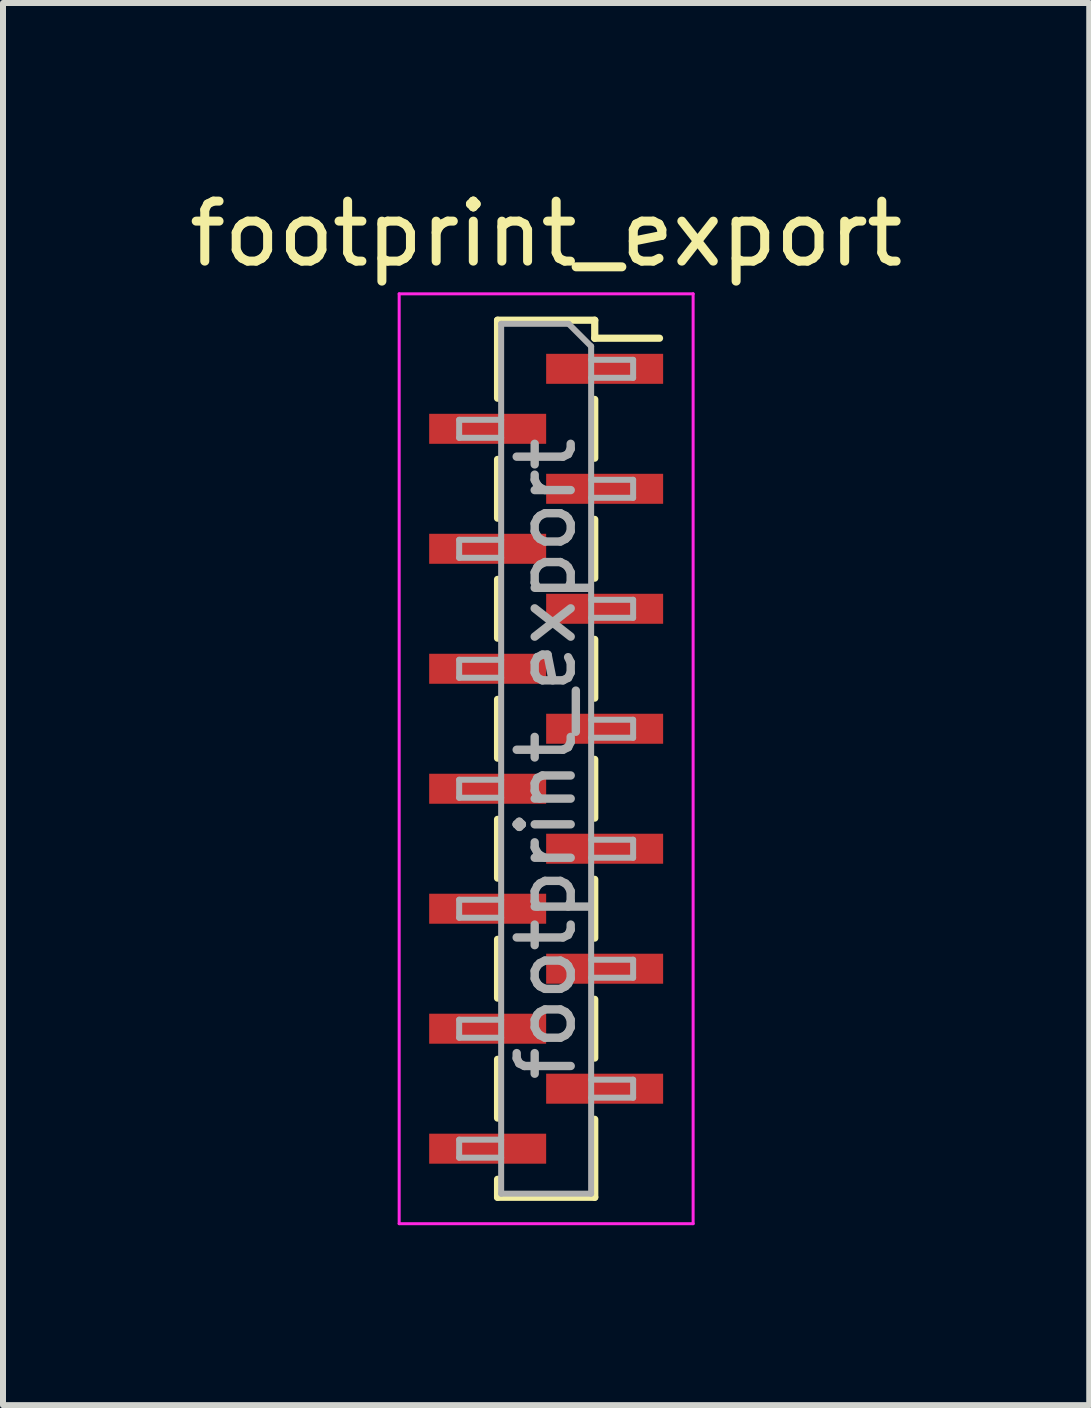
<source format=kicad_pcb>
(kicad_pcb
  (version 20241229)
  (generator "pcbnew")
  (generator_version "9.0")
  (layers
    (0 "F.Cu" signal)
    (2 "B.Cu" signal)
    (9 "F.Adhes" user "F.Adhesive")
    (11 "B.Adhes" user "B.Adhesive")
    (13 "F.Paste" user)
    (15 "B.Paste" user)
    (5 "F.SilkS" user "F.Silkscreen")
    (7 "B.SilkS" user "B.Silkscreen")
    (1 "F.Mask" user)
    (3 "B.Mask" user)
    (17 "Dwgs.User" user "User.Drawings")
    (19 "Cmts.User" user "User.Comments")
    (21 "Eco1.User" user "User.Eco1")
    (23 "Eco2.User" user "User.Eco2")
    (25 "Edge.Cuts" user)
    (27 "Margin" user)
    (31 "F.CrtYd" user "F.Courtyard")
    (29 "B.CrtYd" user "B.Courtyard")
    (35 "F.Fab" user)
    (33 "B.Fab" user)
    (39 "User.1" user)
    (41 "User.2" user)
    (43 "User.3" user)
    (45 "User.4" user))
  (footprint "footprint_export"
    (layer "F.Cu")
    (at 6.054 9.598)
    (property "Reference" "footprint_export" (at 0 -8.75 0) (layer "F.SilkS") (effects (font (size 1 1) (thickness 0.15))))
    (attr smd)
    (fp_line (start -0.81 -7.31) (end -0.81 -6.01) (stroke (width 0.12) (type solid)) (layer "F.SilkS"))
    (fp_line (start -0.81 -7.31) (end 0.81 -7.31) (stroke (width 0.12) (type solid)) (layer "F.SilkS"))
    (fp_line (start -0.81 -4.99) (end -0.81 -4.01) (stroke (width 0.12) (type solid)) (layer "F.SilkS"))
    (fp_line (start -0.81 -2.99) (end -0.81 -2.01) (stroke (width 0.12) (type solid)) (layer "F.SilkS"))
    (fp_line (start -0.81 -0.99) (end -0.81 -0.01) (stroke (width 0.12) (type solid)) (layer "F.SilkS"))
    (fp_line (start -0.81 1.01) (end -0.81 1.99) (stroke (width 0.12) (type solid)) (layer "F.SilkS"))
    (fp_line (start -0.81 3.01) (end -0.81 3.99) (stroke (width 0.12) (type solid)) (layer "F.SilkS"))
    (fp_line (start -0.81 5.01) (end -0.81 5.99) (stroke (width 0.12) (type solid)) (layer "F.SilkS"))
    (fp_line (start -0.81 7.01) (end -0.81 7.31) (stroke (width 0.12) (type solid)) (layer "F.SilkS"))
    (fp_line (start -0.81 7.31) (end 0.81 7.31) (stroke (width 0.12) (type solid)) (layer "F.SilkS"))
    (fp_line (start 0.81 -7.31) (end 0.81 -7.01) (stroke (width 0.12) (type solid)) (layer "F.SilkS"))
    (fp_line (start 0.81 -7.01) (end 1.89 -7.01) (stroke (width 0.12) (type solid)) (layer "F.SilkS"))
    (fp_line (start 0.81 -5.99) (end 0.81 -5.01) (stroke (width 0.12) (type solid)) (layer "F.SilkS"))
    (fp_line (start 0.81 -3.99) (end 0.81 -3.01) (stroke (width 0.12) (type solid)) (layer "F.SilkS"))
    (fp_line (start 0.81 -1.99) (end 0.81 -1.01) (stroke (width 0.12) (type solid)) (layer "F.SilkS"))
    (fp_line (start 0.81 0.01) (end 0.81 0.99) (stroke (width 0.12) (type solid)) (layer "F.SilkS"))
    (fp_line (start 0.81 2.01) (end 0.81 2.99) (stroke (width 0.12) (type solid)) (layer "F.SilkS"))
    (fp_line (start 0.81 4.01) (end 0.81 4.99) (stroke (width 0.12) (type solid)) (layer "F.SilkS"))
    (fp_line (start 0.81 6.01) (end 0.81 7.31) (stroke (width 0.12) (type solid)) (layer "F.SilkS"))
    (fp_line (start -2.45 -7.75) (end 2.45 -7.75) (stroke (width 0.05) (type solid)) (layer "F.CrtYd"))
    (fp_line (start -2.45 7.75) (end -2.45 -7.75) (stroke (width 0.05) (type solid)) (layer "F.CrtYd"))
    (fp_line (start 2.45 -7.75) (end 2.45 7.75) (stroke (width 0.05) (type solid)) (layer "F.CrtYd"))
    (fp_line (start 2.45 7.75) (end -2.45 7.75) (stroke (width 0.05) (type solid)) (layer "F.CrtYd"))
    (fp_line (start -1.45 -5.65) (end -0.75 -5.65) (stroke (width 0.1) (type solid)) (layer "F.Fab"))
    (fp_line (start -1.45 -5.35) (end -1.45 -5.65) (stroke (width 0.1) (type solid)) (layer "F.Fab"))
    (fp_line (start -1.45 -3.65) (end -0.75 -3.65) (stroke (width 0.1) (type solid)) (layer "F.Fab"))
    (fp_line (start -1.45 -3.35) (end -1.45 -3.65) (stroke (width 0.1) (type solid)) (layer "F.Fab"))
    (fp_line (start -1.45 -1.65) (end -0.75 -1.65) (stroke (width 0.1) (type solid)) (layer "F.Fab"))
    (fp_line (start -1.45 -1.35) (end -1.45 -1.65) (stroke (width 0.1) (type solid)) (layer "F.Fab"))
    (fp_line (start -1.45 0.35) (end -0.75 0.35) (stroke (width 0.1) (type solid)) (layer "F.Fab"))
    (fp_line (start -1.45 0.65) (end -1.45 0.35) (stroke (width 0.1) (type solid)) (layer "F.Fab"))
    (fp_line (start -1.45 2.35) (end -0.75 2.35) (stroke (width 0.1) (type solid)) (layer "F.Fab"))
    (fp_line (start -1.45 2.65) (end -1.45 2.35) (stroke (width 0.1) (type solid)) (layer "F.Fab"))
    (fp_line (start -1.45 4.35) (end -0.75 4.35) (stroke (width 0.1) (type solid)) (layer "F.Fab"))
    (fp_line (start -1.45 4.65) (end -1.45 4.35) (stroke (width 0.1) (type solid)) (layer "F.Fab"))
    (fp_line (start -1.45 6.35) (end -0.75 6.35) (stroke (width 0.1) (type solid)) (layer "F.Fab"))
    (fp_line (start -1.45 6.65) (end -1.45 6.35) (stroke (width 0.1) (type solid)) (layer "F.Fab"))
    (fp_line (start -0.75 -7.25) (end 0.375 -7.25) (stroke (width 0.1) (type solid)) (layer "F.Fab"))
    (fp_line (start -0.75 -5.35) (end -1.45 -5.35) (stroke (width 0.1) (type solid)) (layer "F.Fab"))
    (fp_line (start -0.75 -3.35) (end -1.45 -3.35) (stroke (width 0.1) (type solid)) (layer "F.Fab"))
    (fp_line (start -0.75 -1.35) (end -1.45 -1.35) (stroke (width 0.1) (type solid)) (layer "F.Fab"))
    (fp_line (start -0.75 0.65) (end -1.45 0.65) (stroke (width 0.1) (type solid)) (layer "F.Fab"))
    (fp_line (start -0.75 2.65) (end -1.45 2.65) (stroke (width 0.1) (type solid)) (layer "F.Fab"))
    (fp_line (start -0.75 4.65) (end -1.45 4.65) (stroke (width 0.1) (type solid)) (layer "F.Fab"))
    (fp_line (start -0.75 6.65) (end -1.45 6.65) (stroke (width 0.1) (type solid)) (layer "F.Fab"))
    (fp_line (start -0.75 7.25) (end -0.75 -7.25) (stroke (width 0.1) (type solid)) (layer "F.Fab"))
    (fp_line (start 0.375 -7.25) (end 0.75 -6.875) (stroke (width 0.1) (type solid)) (layer "F.Fab"))
    (fp_line (start 0.75 -6.875) (end 0.75 7.25) (stroke (width 0.1) (type solid)) (layer "F.Fab"))
    (fp_line (start 0.75 -6.65) (end 1.45 -6.65) (stroke (width 0.1) (type solid)) (layer "F.Fab"))
    (fp_line (start 0.75 -4.65) (end 1.45 -4.65) (stroke (width 0.1) (type solid)) (layer "F.Fab"))
    (fp_line (start 0.75 -2.65) (end 1.45 -2.65) (stroke (width 0.1) (type solid)) (layer "F.Fab"))
    (fp_line (start 0.75 -0.65) (end 1.45 -0.65) (stroke (width 0.1) (type solid)) (layer "F.Fab"))
    (fp_line (start 0.75 1.35) (end 1.45 1.35) (stroke (width 0.1) (type solid)) (layer "F.Fab"))
    (fp_line (start 0.75 3.35) (end 1.45 3.35) (stroke (width 0.1) (type solid)) (layer "F.Fab"))
    (fp_line (start 0.75 5.35) (end 1.45 5.35) (stroke (width 0.1) (type solid)) (layer "F.Fab"))
    (fp_line (start 0.75 7.25) (end -0.75 7.25) (stroke (width 0.1) (type solid)) (layer "F.Fab"))
    (fp_line (start 1.45 -6.65) (end 1.45 -6.35) (stroke (width 0.1) (type solid)) (layer "F.Fab"))
    (fp_line (start 1.45 -6.35) (end 0.75 -6.35) (stroke (width 0.1) (type solid)) (layer "F.Fab"))
    (fp_line (start 1.45 -4.65) (end 1.45 -4.35) (stroke (width 0.1) (type solid)) (layer "F.Fab"))
    (fp_line (start 1.45 -4.35) (end 0.75 -4.35) (stroke (width 0.1) (type solid)) (layer "F.Fab"))
    (fp_line (start 1.45 -2.65) (end 1.45 -2.35) (stroke (width 0.1) (type solid)) (layer "F.Fab"))
    (fp_line (start 1.45 -2.35) (end 0.75 -2.35) (stroke (width 0.1) (type solid)) (layer "F.Fab"))
    (fp_line (start 1.45 -0.65) (end 1.45 -0.35) (stroke (width 0.1) (type solid)) (layer "F.Fab"))
    (fp_line (start 1.45 -0.35) (end 0.75 -0.35) (stroke (width 0.1) (type solid)) (layer "F.Fab"))
    (fp_line (start 1.45 1.35) (end 1.45 1.65) (stroke (width 0.1) (type solid)) (layer "F.Fab"))
    (fp_line (start 1.45 1.65) (end 0.75 1.65) (stroke (width 0.1) (type solid)) (layer "F.Fab"))
    (fp_line (start 1.45 3.35) (end 1.45 3.65) (stroke (width 0.1) (type solid)) (layer "F.Fab"))
    (fp_line (start 1.45 3.65) (end 0.75 3.65) (stroke (width 0.1) (type solid)) (layer "F.Fab"))
    (fp_line (start 1.45 5.35) (end 1.45 5.65) (stroke (width 0.1) (type solid)) (layer "F.Fab"))
    (fp_line (start 1.45 5.65) (end 0.75 5.65) (stroke (width 0.1) (type solid)) (layer "F.Fab"))
    (fp_text user "${REFERENCE}" (at 0 0 90) (layer "F.Fab") (effects (font (size 0.9 0.9) (thickness 0.14))))
    (pad "1" smd rect (at 0.975 -6.5) (size 1.95 0.5) (layers "F.Cu" "F.Mask" "F.Paste"))
    (pad "2" smd rect (at -0.975 -5.5) (size 1.95 0.5) (layers "F.Cu" "F.Mask" "F.Paste"))
    (pad "3" smd rect (at 0.975 -4.5) (size 1.95 0.5) (layers "F.Cu" "F.Mask" "F.Paste"))
    (pad "4" smd rect (at -0.975 -3.5) (size 1.95 0.5) (layers "F.Cu" "F.Mask" "F.Paste"))
    (pad "5" smd rect (at 0.975 -2.5) (size 1.95 0.5) (layers "F.Cu" "F.Mask" "F.Paste"))
    (pad "6" smd rect (at -0.975 -1.5) (size 1.95 0.5) (layers "F.Cu" "F.Mask" "F.Paste"))
    (pad "7" smd rect (at 0.975 -0.5) (size 1.95 0.5) (layers "F.Cu" "F.Mask" "F.Paste"))
    (pad "8" smd rect (at -0.975 0.5) (size 1.95 0.5) (layers "F.Cu" "F.Mask" "F.Paste"))
    (pad "9" smd rect (at 0.975 1.5) (size 1.95 0.5) (layers "F.Cu" "F.Mask" "F.Paste"))
    (pad "10" smd rect (at -0.975 2.5) (size 1.95 0.5) (layers "F.Cu" "F.Mask" "F.Paste"))
    (pad "11" smd rect (at 0.975 3.5) (size 1.95 0.5) (layers "F.Cu" "F.Mask" "F.Paste"))
    (pad "12" smd rect (at -0.975 4.5) (size 1.95 0.5) (layers "F.Cu" "F.Mask" "F.Paste"))
    (pad "13" smd rect (at 0.975 5.5) (size 1.95 0.5) (layers "F.Cu" "F.Mask" "F.Paste"))
    (pad "14" smd rect (at -0.975 6.5) (size 1.95 0.5) (layers "F.Cu" "F.Mask" "F.Paste")))
  (gr_rect
    (start -3 -3)
    (end 15.107 20.373)
    (stroke (width 0.1) (type default))
    (fill no)
    (layer "Edge.Cuts")))
</source>
